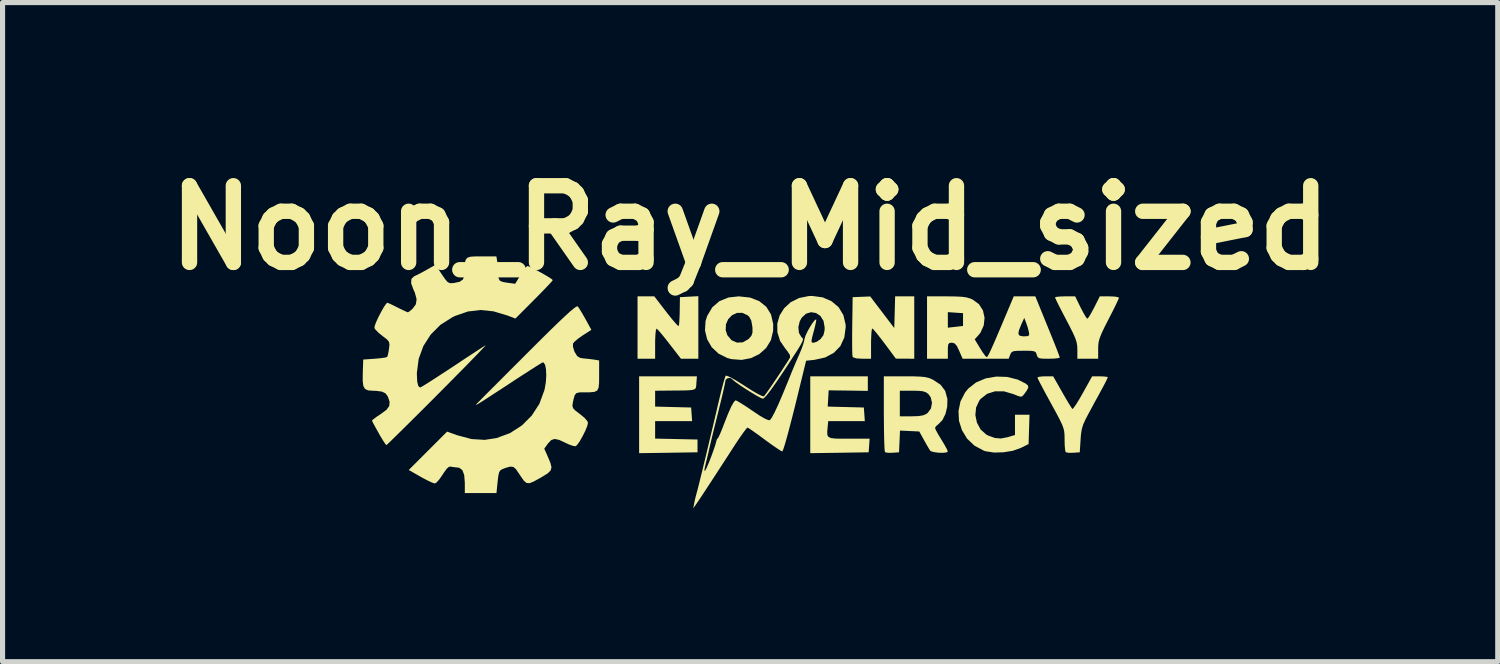
<source format=kicad_pcb>
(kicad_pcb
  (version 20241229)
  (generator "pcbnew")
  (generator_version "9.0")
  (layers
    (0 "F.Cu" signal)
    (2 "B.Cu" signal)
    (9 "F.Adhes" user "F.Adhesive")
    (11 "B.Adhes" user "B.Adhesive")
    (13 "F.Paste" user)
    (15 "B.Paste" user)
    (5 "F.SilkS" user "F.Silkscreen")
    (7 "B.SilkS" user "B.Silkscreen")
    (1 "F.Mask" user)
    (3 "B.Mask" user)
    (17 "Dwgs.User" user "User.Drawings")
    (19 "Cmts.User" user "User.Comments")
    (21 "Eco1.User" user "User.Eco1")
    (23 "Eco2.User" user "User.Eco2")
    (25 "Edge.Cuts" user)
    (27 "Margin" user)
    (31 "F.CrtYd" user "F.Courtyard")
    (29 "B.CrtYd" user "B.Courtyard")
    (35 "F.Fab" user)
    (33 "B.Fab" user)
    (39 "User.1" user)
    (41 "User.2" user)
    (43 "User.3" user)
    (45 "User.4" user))
  (footprint "Noon_Ray_Mid_sized"
    (layer "F.Cu")
    (at 11.421 4.404)
    (property "Reference" "Noon_Ray_Mid_sized" (at 0.2 -3 0) (layer "F.SilkS") (effects (font (size 1.5 1.5) (thickness 0.3))))
    (attr board_only exclude_from_pos_files exclude_from_bom)
    (fp_poly (pts (xy 2.502 0.049) (xy 2.502 0.191) (xy 2.119 0.185) (xy 1.736 0.18) (xy 1.727 0.339) (xy 1.717 0.498) (xy 2.071 0.507) (xy 2.424 0.516) (xy 2.434 0.649) (xy 2.443 0.782) (xy 2.085 0.782) (xy 1.727 0.782) (xy 1.716 0.901) (xy 1.708 0.99) (xy 1.71 1.052) (xy 1.732 1.091) (xy 1.783 1.114) (xy 1.871 1.124) (xy 2.006 1.126) (xy 2.131 1.126) (xy 2.537 1.126) (xy 2.528 1.259) (xy 2.518 1.392) (xy 1.947 1.401) (xy 1.376 1.409) (xy 1.376 0.658) (xy 1.376 -0.094) (xy 1.939 -0.094) (xy 2.502 -0.094)) (stroke (width 0) (type solid)) (fill yes) (layer "F.SilkS"))
    (fp_poly (pts (xy -0.851 0.039) (xy -0.854 0.092) (xy -0.861 0.13) (xy -0.881 0.156) (xy -0.923 0.171) (xy -0.996 0.179) (xy -1.11 0.183) (xy -1.274 0.184) (xy -1.353 0.185) (xy -1.658 0.188) (xy -1.658 0.343) (xy -1.658 0.498) (xy -1.306 0.507) (xy -0.954 0.516) (xy -0.944 0.649) (xy -0.935 0.782) (xy -1.296 0.782) (xy -1.658 0.782) (xy -1.658 0.953) (xy -1.658 1.124) (xy -1.243 1.133) (xy -0.829 1.142) (xy -0.829 1.267) (xy -0.829 1.392) (xy -1.4 1.401) (xy -1.971 1.409) (xy -1.971 0.658) (xy -1.971 -0.094) (xy -1.406 -0.094) (xy -0.841 -0.094)) (stroke (width 0) (type solid)) (fill yes) (layer "F.SilkS"))
    (fp_poly (pts (xy 3.41 -1.048) (xy 3.41 -0.438) (xy 3.23 -0.439) (xy 3.05 -0.44) (xy 2.831 -0.735) (xy 2.743 -0.85) (xy 2.668 -0.945) (xy 2.614 -1.008) (xy 2.588 -1.031) (xy 2.578 -1.002) (xy 2.571 -0.925) (xy 2.566 -0.812) (xy 2.565 -0.735) (xy 2.565 -0.438) (xy 2.392 -0.438) (xy 2.275 -0.445) (xy 2.212 -0.467) (xy 2.204 -0.478) (xy 2.199 -0.521) (xy 2.196 -0.616) (xy 2.195 -0.751) (xy 2.195 -0.917) (xy 2.197 -1.08) (xy 2.205 -1.642) (xy 2.377 -1.649) (xy 2.549 -1.656) (xy 2.784 -1.347) (xy 3.019 -1.038) (xy 3.028 -1.348) (xy 3.036 -1.658) (xy 3.223 -1.658) (xy 3.41 -1.658)) (stroke (width 0) (type solid)) (fill yes) (layer "F.SilkS"))
    (fp_poly (pts (xy -0.813 -1.049) (xy -0.813 -0.438) (xy -0.983 -0.438) (xy -1.153 -0.438) (xy -1.377 -0.727) (xy -1.467 -0.842) (xy -1.545 -0.937) (xy -1.602 -1.002) (xy -1.629 -1.027) (xy -1.642 -1.003) (xy -1.651 -0.928) (xy -1.657 -0.814) (xy -1.658 -0.738) (xy -1.658 -0.438) (xy -1.83 -0.438) (xy -2.002 -0.438) (xy -2.002 -1.048) (xy -2.002 -1.658) (xy -1.838 -1.658) (xy -1.674 -1.658) (xy -1.444 -1.359) (xy -1.354 -1.245) (xy -1.278 -1.154) (xy -1.223 -1.094) (xy -1.197 -1.076) (xy -1.197 -1.076) (xy -1.189 -1.113) (xy -1.183 -1.197) (xy -1.178 -1.313) (xy -1.177 -1.367) (xy -1.173 -1.642) (xy -0.993 -1.652) (xy -0.813 -1.661)) (stroke (width 0) (type solid)) (fill yes) (layer "F.SilkS"))
    (fp_poly (pts (xy 6.664 -1.439) (xy 6.718 -1.336) (xy 6.763 -1.259) (xy 6.792 -1.222) (xy 6.795 -1.22) (xy 6.819 -1.246) (xy 6.862 -1.315) (xy 6.915 -1.413) (xy 6.929 -1.439) (xy 7.039 -1.658) (xy 7.226 -1.658) (xy 7.325 -1.654) (xy 7.393 -1.643) (xy 7.414 -1.63) (xy 7.4 -1.594) (xy 7.362 -1.513) (xy 7.306 -1.398) (xy 7.236 -1.261) (xy 7.21 -1.21) (xy 7.128 -1.05) (xy 7.072 -0.931) (xy 7.036 -0.84) (xy 7.016 -0.764) (xy 7.008 -0.691) (xy 7.007 -0.628) (xy 7.007 -0.438) (xy 6.804 -0.438) (xy 6.6 -0.438) (xy 6.6 -0.613) (xy 6.597 -0.687) (xy 6.586 -0.757) (xy 6.561 -0.835) (xy 6.518 -0.934) (xy 6.453 -1.064) (xy 6.381 -1.202) (xy 6.305 -1.348) (xy 6.24 -1.475) (xy 6.192 -1.571) (xy 6.166 -1.628) (xy 6.162 -1.637) (xy 6.191 -1.648) (xy 6.265 -1.655) (xy 6.36 -1.658) (xy 6.557 -1.658)) (stroke (width 0) (type solid)) (fill yes) (layer "F.SilkS"))
    (fp_poly (pts (xy 0.199 -1.634) (xy 0.379 -1.564) (xy 0.517 -1.453) (xy 0.609 -1.303) (xy 0.651 -1.118) (xy 0.65 -0.983) (xy 0.607 -0.802) (xy 0.514 -0.649) (xy 0.381 -0.53) (xy 0.218 -0.45) (xy 0.033 -0.415) (xy -0.164 -0.43) (xy -0.247 -0.452) (xy -0.417 -0.537) (xy -0.551 -0.663) (xy -0.641 -0.818) (xy -0.683 -0.992) (xy -0.683 -0.995) (xy -0.278 -0.995) (xy -0.245 -0.897) (xy -0.163 -0.8) (xy -0.057 -0.753) (xy 0.057 -0.759) (xy 0.165 -0.82) (xy 0.177 -0.831) (xy 0.226 -0.889) (xy 0.246 -0.948) (xy 0.246 -1.036) (xy 0.243 -1.07) (xy 0.222 -1.185) (xy 0.183 -1.258) (xy 0.153 -1.286) (xy 0.047 -1.336) (xy -0.059 -1.334) (xy -0.154 -1.289) (xy -0.229 -1.211) (xy -0.273 -1.11) (xy -0.278 -0.995) (xy -0.683 -0.995) (xy -0.672 -1.173) (xy -0.64 -1.275) (xy -0.539 -1.445) (xy -0.4 -1.565) (xy -0.222 -1.636) (xy -0.021 -1.658)) (stroke (width 0) (type solid)) (fill yes) (layer "F.SilkS"))
    (fp_poly (pts (xy 5.227 -0.082) (xy 5.432 -0.031) (xy 5.591 0.049) (xy 5.634 0.086) (xy 5.64 0.128) (xy 5.608 0.189) (xy 5.554 0.262) (xy 5.524 0.295) (xy 5.492 0.305) (xy 5.438 0.29) (xy 5.352 0.255) (xy 5.166 0.2) (xy 4.99 0.199) (xy 4.835 0.248) (xy 4.709 0.347) (xy 4.684 0.378) (xy 4.62 0.514) (xy 4.605 0.664) (xy 4.636 0.813) (xy 4.707 0.945) (xy 4.816 1.043) (xy 4.855 1.064) (xy 4.987 1.112) (xy 5.105 1.122) (xy 5.24 1.096) (xy 5.259 1.09) (xy 5.38 1.054) (xy 5.38 0.855) (xy 5.38 0.657) (xy 5.522 0.657) (xy 5.664 0.657) (xy 5.655 0.944) (xy 5.646 1.231) (xy 5.495 1.306) (xy 5.339 1.362) (xy 5.155 1.392) (xy 4.97 1.397) (xy 4.807 1.372) (xy 4.769 1.36) (xy 4.587 1.262) (xy 4.444 1.126) (xy 4.343 0.96) (xy 4.285 0.777) (xy 4.275 0.586) (xy 4.314 0.397) (xy 4.405 0.221) (xy 4.467 0.145) (xy 4.62 0.025) (xy 4.806 -0.053) (xy 5.013 -0.089)) (stroke (width 0) (type solid)) (fill yes) (layer "F.SilkS"))
    (fp_poly (pts (xy 6.305 0.219) (xy 6.377 0.344) (xy 6.439 0.448) (xy 6.484 0.519) (xy 6.504 0.546) (xy 6.526 0.525) (xy 6.572 0.46) (xy 6.634 0.36) (xy 6.706 0.235) (xy 6.707 0.233) (xy 6.889 -0.094) (xy 7.042 -0.094) (xy 7.13 -0.09) (xy 7.185 -0.082) (xy 7.195 -0.075) (xy 7.181 -0.04) (xy 7.144 0.034) (xy 7.093 0.131) (xy 7.09 0.136) (xy 7.027 0.252) (xy 6.947 0.398) (xy 6.865 0.55) (xy 6.832 0.61) (xy 6.76 0.747) (xy 6.713 0.851) (xy 6.686 0.943) (xy 6.67 1.045) (xy 6.663 1.142) (xy 6.647 1.392) (xy 6.521 1.401) (xy 6.436 1.402) (xy 6.38 1.393) (xy 6.372 1.388) (xy 6.361 1.348) (xy 6.353 1.263) (xy 6.35 1.151) (xy 6.35 1.142) (xy 6.349 1.061) (xy 6.344 0.993) (xy 6.33 0.928) (xy 6.304 0.855) (xy 6.26 0.762) (xy 6.196 0.639) (xy 6.106 0.475) (xy 6.085 0.436) (xy 5.998 0.278) (xy 5.924 0.139) (xy 5.866 0.029) (xy 5.829 -0.044) (xy 5.819 -0.07) (xy 5.847 -0.084) (xy 5.918 -0.092) (xy 5.973 -0.094) (xy 6.127 -0.094)) (stroke (width 0) (type solid)) (fill yes) (layer "F.SilkS"))
    (fp_poly (pts (xy 3.406 -0.093) (xy 3.532 -0.088) (xy 3.623 -0.079) (xy 3.693 -0.062) (xy 3.756 -0.037) (xy 3.784 -0.023) (xy 3.926 0.072) (xy 4.014 0.189) (xy 4.057 0.342) (xy 4.058 0.357) (xy 4.055 0.499) (xy 4.021 0.64) (xy 3.962 0.76) (xy 3.891 0.834) (xy 3.837 0.88) (xy 3.816 0.915) (xy 3.832 0.956) (xy 3.873 1.033) (xy 3.932 1.131) (xy 3.941 1.145) (xy 4.002 1.246) (xy 4.046 1.327) (xy 4.066 1.374) (xy 4.067 1.377) (xy 4.039 1.395) (xy 3.972 1.402) (xy 3.885 1.4) (xy 3.8 1.389) (xy 3.738 1.372) (xy 3.723 1.361) (xy 3.695 1.318) (xy 3.649 1.239) (xy 3.603 1.157) (xy 3.508 0.985) (xy 3.32 0.976) (xy 3.131 0.967) (xy 3.122 1.179) (xy 3.112 1.392) (xy 2.986 1.401) (xy 2.901 1.402) (xy 2.845 1.393) (xy 2.838 1.388) (xy 2.831 1.352) (xy 2.826 1.262) (xy 2.821 1.128) (xy 2.818 0.958) (xy 2.816 0.761) (xy 2.815 0.636) (xy 2.815 0.438) (xy 3.128 0.438) (xy 3.128 0.688) (xy 3.358 0.688) (xy 3.491 0.684) (xy 3.58 0.67) (xy 3.644 0.643) (xy 3.671 0.623) (xy 3.736 0.536) (xy 3.757 0.427) (xy 3.733 0.319) (xy 3.685 0.251) (xy 3.638 0.218) (xy 3.576 0.198) (xy 3.481 0.189) (xy 3.372 0.188) (xy 3.128 0.188) (xy 3.128 0.438) (xy 2.815 0.438) (xy 2.815 -0.094) (xy 3.231 -0.094)) (stroke (width 0) (type solid)) (fill yes) (layer "F.SilkS"))
    (fp_poly (pts (xy 4.213 -1.656) (xy 4.338 -1.65) (xy 4.429 -1.638) (xy 4.501 -1.617) (xy 4.554 -1.594) (xy 4.676 -1.504) (xy 4.754 -1.381) (xy 4.785 -1.238) (xy 4.769 -1.089) (xy 4.704 -0.946) (xy 4.655 -0.886) (xy 4.592 -0.818) (xy 4.697 -0.644) (xy 4.754 -0.555) (xy 4.8 -0.492) (xy 4.824 -0.47) (xy 4.836 -0.475) (xy 4.851 -0.495) (xy 4.874 -0.537) (xy 4.907 -0.607) (xy 4.954 -0.711) (xy 5.017 -0.856) (xy 5.046 -0.925) (xy 5.446 -0.925) (xy 5.472 -0.888) (xy 5.537 -0.876) (xy 5.556 -0.876) (xy 5.63 -0.88) (xy 5.658 -0.901) (xy 5.654 -0.953) (xy 5.652 -0.962) (xy 5.627 -1.056) (xy 5.598 -1.142) (xy 5.561 -1.236) (xy 5.504 -1.11) (xy 5.458 -0.996) (xy 5.446 -0.925) (xy 5.046 -0.925) (xy 5.099 -1.049) (xy 5.161 -1.196) (xy 5.356 -1.658) (xy 5.567 -1.658) (xy 5.778 -1.658) (xy 6.017 -1.071) (xy 6.09 -0.892) (xy 6.154 -0.733) (xy 6.205 -0.603) (xy 6.24 -0.51) (xy 6.256 -0.464) (xy 6.256 -0.461) (xy 6.228 -0.45) (xy 6.152 -0.441) (xy 6.046 -0.438) (xy 6.041 -0.438) (xy 5.926 -0.439) (xy 5.86 -0.447) (xy 5.826 -0.467) (xy 5.809 -0.502) (xy 5.805 -0.516) (xy 5.792 -0.556) (xy 5.766 -0.579) (xy 5.713 -0.591) (xy 5.62 -0.594) (xy 5.551 -0.594) (xy 5.43 -0.593) (xy 5.358 -0.586) (xy 5.317 -0.569) (xy 5.295 -0.537) (xy 5.286 -0.516) (xy 5.257 -0.438) (xy 4.806 -0.438) (xy 4.356 -0.438) (xy 4.288 -0.594) (xy 4.242 -0.689) (xy 4.201 -0.736) (xy 4.152 -0.751) (xy 4.144 -0.751) (xy 4.098 -0.746) (xy 4.075 -0.719) (xy 4.067 -0.656) (xy 4.067 -0.594) (xy 4.067 -0.438) (xy 3.863 -0.438) (xy 3.66 -0.438) (xy 3.66 -1.048) (xy 3.66 -1.197) (xy 4.067 -1.197) (xy 4.067 -1.045) (xy 4.215 -1.062) (xy 4.364 -1.079) (xy 4.364 -1.204) (xy 4.364 -1.329) (xy 4.215 -1.339) (xy 4.067 -1.349) (xy 4.067 -1.197) (xy 3.66 -1.197) (xy 3.66 -1.658) (xy 4.041 -1.658)) (stroke (width 0) (type solid)) (fill yes) (layer "F.SilkS"))
    (fp_poly (pts (xy -3.171 -1.461) (xy -3.14 -1.417) (xy -3.089 -1.333) (xy -3.029 -1.229) (xy -3.02 -1.213) (xy -2.905 -1.003) (xy -3.075 -0.894) (xy -3.167 -0.829) (xy -3.236 -0.77) (xy -3.265 -0.733) (xy -3.265 -0.672) (xy -3.24 -0.588) (xy -3.23 -0.567) (xy -3.183 -0.49) (xy -3.126 -0.455) (xy -3.066 -0.445) (xy -2.955 -0.434) (xy -2.854 -0.421) (xy -2.753 -0.404) (xy -2.753 -0.111) (xy -2.754 0.035) (xy -2.764 0.13) (xy -2.792 0.185) (xy -2.848 0.211) (xy -2.94 0.219) (xy -3.035 0.219) (xy -3.136 0.22) (xy -3.196 0.234) (xy -3.23 0.273) (xy -3.253 0.351) (xy -3.269 0.429) (xy -3.276 0.487) (xy -3.261 0.531) (xy -3.215 0.579) (xy -3.13 0.643) (xy -3.034 0.722) (xy -2.98 0.789) (xy -2.972 0.818) (xy -2.986 0.88) (xy -3.024 0.972) (xy -3.075 1.075) (xy -3.13 1.172) (xy -3.18 1.244) (xy -3.211 1.273) (xy -3.26 1.268) (xy -3.342 1.239) (xy -3.409 1.208) (xy -3.533 1.15) (xy -3.622 1.131) (xy -3.689 1.152) (xy -3.748 1.213) (xy -3.756 1.224) (xy -3.826 1.321) (xy -3.755 1.482) (xy -3.705 1.602) (xy -3.685 1.686) (xy -3.702 1.748) (xy -3.76 1.805) (xy -3.866 1.871) (xy -3.91 1.896) (xy -4.031 1.963) (xy -4.113 1.996) (xy -4.173 1.992) (xy -4.225 1.948) (xy -4.287 1.86) (xy -4.32 1.81) (xy -4.38 1.722) (xy -4.431 1.678) (xy -4.492 1.672) (xy -4.583 1.697) (xy -4.64 1.719) (xy -4.681 1.741) (xy -4.708 1.78) (xy -4.725 1.851) (xy -4.739 1.968) (xy -4.739 1.969) (xy -4.761 2.19) (xy -5.071 2.19) (xy -5.38 2.19) (xy -5.38 1.989) (xy -5.392 1.838) (xy -5.427 1.742) (xy -5.488 1.695) (xy -5.531 1.689) (xy -5.607 1.681) (xy -5.646 1.673) (xy -5.689 1.675) (xy -5.734 1.713) (xy -5.792 1.794) (xy -5.814 1.829) (xy -5.876 1.918) (xy -5.931 1.981) (xy -5.967 2.002) (xy -6.014 1.987) (xy -6.099 1.948) (xy -6.207 1.892) (xy -6.245 1.87) (xy -6.477 1.738) (xy -6.102 1.363) (xy -5.727 0.988) (xy -5.524 1.06) (xy -5.249 1.133) (xy -4.992 1.149) (xy -4.76 1.114) (xy -4.495 1.016) (xy -4.264 0.867) (xy -4.071 0.674) (xy -3.922 0.444) (xy -3.825 0.181) (xy -3.818 0.153) (xy -3.795 0.019) (xy -3.787 -0.112) (xy -3.792 -0.228) (xy -3.809 -0.316) (xy -3.837 -0.362) (xy -3.861 -0.365) (xy -3.896 -0.344) (xy -3.976 -0.295) (xy -4.093 -0.22) (xy -4.238 -0.127) (xy -4.403 -0.02) (xy -4.49 0.038) (xy -4.7 0.175) (xy -4.863 0.281) (xy -4.984 0.36) (xy -5.069 0.414) (xy -5.123 0.447) (xy -5.153 0.463) (xy -5.162 0.464) (xy -5.156 0.454) (xy -5.153 0.451) (xy -5.127 0.423) (xy -5.061 0.356) (xy -4.96 0.254) (xy -4.828 0.122) (xy -4.671 -0.035) (xy -4.493 -0.214) (xy -4.298 -0.408) (xy -4.168 -0.539) (xy -3.924 -0.782) (xy -3.721 -0.983) (xy -3.555 -1.144) (xy -3.423 -1.269) (xy -3.322 -1.361) (xy -3.249 -1.422) (xy -3.202 -1.455) (xy -3.176 -1.464)) (stroke (width 0) (type solid)) (fill yes) (layer "F.SilkS"))
    (fp_poly (pts (xy -4.743 -2.323) (xy -4.73 -2.206) (xy -4.724 -2.091) (xy -4.724 -2.09) (xy -4.719 -2.01) (xy -4.695 -1.964) (xy -4.638 -1.939) (xy -4.533 -1.922) (xy -4.53 -1.922) (xy -4.395 -1.904) (xy -4.289 -2.078) (xy -4.231 -2.168) (xy -4.182 -2.23) (xy -4.155 -2.252) (xy -4.114 -2.238) (xy -4.038 -2.201) (xy -3.941 -2.15) (xy -3.84 -2.094) (xy -3.749 -2.04) (xy -3.684 -1.998) (xy -3.66 -1.976) (xy -3.681 -1.948) (xy -3.739 -1.884) (xy -3.827 -1.792) (xy -3.937 -1.679) (xy -4.025 -1.59) (xy -4.39 -1.224) (xy -4.546 -1.283) (xy -4.819 -1.365) (xy -5.073 -1.391) (xy -5.318 -1.362) (xy -5.566 -1.277) (xy -5.622 -1.25) (xy -5.856 -1.102) (xy -6.047 -0.911) (xy -6.191 -0.686) (xy -6.283 -0.433) (xy -6.318 -0.159) (xy -6.318 -0.136) (xy -6.311 0.011) (xy -6.289 0.098) (xy -6.254 0.125) (xy -6.222 0.109) (xy -6.145 0.062) (xy -6.031 -0.01) (xy -5.889 -0.102) (xy -5.725 -0.209) (xy -5.624 -0.275) (xy -5.45 -0.391) (xy -5.291 -0.496) (xy -5.156 -0.584) (xy -5.052 -0.652) (xy -4.989 -0.693) (xy -4.974 -0.702) (xy -4.985 -0.686) (xy -5.037 -0.63) (xy -5.124 -0.538) (xy -5.244 -0.415) (xy -5.39 -0.265) (xy -5.561 -0.092) (xy -5.75 0.099) (xy -5.912 0.262) (xy -6.116 0.467) (xy -6.307 0.657) (xy -6.48 0.829) (xy -6.63 0.977) (xy -6.753 1.098) (xy -6.844 1.187) (xy -6.899 1.239) (xy -6.914 1.251) (xy -6.937 1.226) (xy -6.981 1.159) (xy -7.04 1.062) (xy -7.063 1.02) (xy -7.123 0.913) (xy -7.169 0.828) (xy -7.193 0.778) (xy -7.195 0.771) (xy -7.17 0.746) (xy -7.107 0.699) (xy -7.023 0.643) (xy -6.913 0.562) (xy -6.858 0.487) (xy -6.851 0.404) (xy -6.886 0.301) (xy -6.93 0.24) (xy -7.002 0.205) (xy -7.117 0.19) (xy -7.183 0.188) (xy -7.272 0.181) (xy -7.331 0.154) (xy -7.364 0.097) (xy -7.377 -0.001) (xy -7.376 -0.15) (xy -7.376 -0.161) (xy -7.367 -0.422) (xy -7.142 -0.438) (xy -7.03 -0.448) (xy -6.944 -0.46) (xy -6.901 -0.471) (xy -6.9 -0.472) (xy -6.885 -0.511) (xy -6.869 -0.59) (xy -6.863 -0.632) (xy -6.854 -0.714) (xy -6.863 -0.768) (xy -6.901 -0.814) (xy -6.979 -0.874) (xy -6.986 -0.88) (xy -7.069 -0.947) (xy -7.129 -1.009) (xy -7.148 -1.039) (xy -7.141 -1.084) (xy -7.111 -1.163) (xy -7.065 -1.262) (xy -7.011 -1.365) (xy -6.96 -1.454) (xy -6.917 -1.515) (xy -6.895 -1.533) (xy -6.862 -1.52) (xy -6.788 -1.486) (xy -6.694 -1.439) (xy -6.598 -1.391) (xy -6.525 -1.358) (xy -6.493 -1.345) (xy -6.463 -1.364) (xy -6.407 -1.411) (xy -6.399 -1.419) (xy -6.337 -1.503) (xy -6.323 -1.603) (xy -6.357 -1.729) (xy -6.386 -1.794) (xy -6.43 -1.915) (xy -6.425 -1.998) (xy -6.372 -2.05) (xy -6.359 -2.056) (xy -6.303 -2.082) (xy -6.214 -2.128) (xy -6.128 -2.176) (xy -5.953 -2.275) (xy -5.831 -2.09) (xy -5.765 -1.994) (xy -5.719 -1.94) (xy -5.676 -1.917) (xy -5.622 -1.916) (xy -5.59 -1.92) (xy -5.48 -1.943) (xy -5.416 -1.989) (xy -5.386 -2.072) (xy -5.38 -2.175) (xy -5.379 -2.293) (xy -5.366 -2.369) (xy -5.332 -2.413) (xy -5.265 -2.434) (xy -5.153 -2.44) (xy -5.053 -2.44) (xy -4.763 -2.44)) (stroke (width 0) (type solid)) (fill yes) (layer "F.SilkS"))
    (fp_poly (pts (xy 1.619 -1.638) (xy 1.793 -1.562) (xy 1.931 -1.445) (xy 2.024 -1.291) (xy 2.067 -1.108) (xy 2.069 -1.055) (xy 2.042 -0.853) (xy 1.964 -0.684) (xy 1.837 -0.553) (xy 1.666 -0.462) (xy 1.457 -0.416) (xy 1.295 -0.399) (xy 1.078 0.488) (xy 1.021 0.713) (xy 0.968 0.918) (xy 0.921 1.093) (xy 0.881 1.233) (xy 0.85 1.329) (xy 0.832 1.373) (xy 0.829 1.376) (xy 0.793 1.358) (xy 0.718 1.309) (xy 0.615 1.238) (xy 0.494 1.15) (xy 0.485 1.143) (xy 0.364 1.054) (xy 0.26 0.98) (xy 0.185 0.929) (xy 0.149 0.909) (xy 0.148 0.908) (xy 0.123 0.933) (xy 0.071 1.001) (xy -0.000298 1.102) (xy -0.085 1.229) (xy -0.115 1.275) (xy -0.311 1.578) (xy -0.48 1.838) (xy -0.62 2.052) (xy -0.729 2.219) (xy -0.807 2.336) (xy -0.846 2.393) (xy -0.912 2.487) (xy -0.892 2.377) (xy -0.868 2.271) (xy -0.842 2.174) (xy -0.825 2.112) (xy -0.796 1.995) (xy -0.755 1.829) (xy -0.737 1.758) (xy -0.694 1.758) (xy -0.679 1.75) (xy -0.647 1.688) (xy -0.598 1.572) (xy -0.562 1.479) (xy -0.517 1.355) (xy -0.482 1.251) (xy -0.462 1.182) (xy -0.459 1.165) (xy -0.446 1.129) (xy -0.438 1.126) (xy -0.419 1.099) (xy -0.385 1.026) (xy -0.341 0.919) (xy -0.316 0.852) (xy -0.235 0.646) (xy -0.169 0.497) (xy -0.117 0.406) (xy -0.084 0.375) (xy -0.05 0.39) (xy 0.024 0.434) (xy 0.127 0.5) (xy 0.243 0.579) (xy 0.396 0.681) (xy 0.503 0.742) (xy 0.569 0.765) (xy 0.587 0.762) (xy 0.622 0.717) (xy 0.676 0.617) (xy 0.747 0.465) (xy 0.834 0.264) (xy 0.934 0.02) (xy 0.961 -0.047) (xy 1.023 -0.2) (xy 1.09 -0.36) (xy 1.15 -0.498) (xy 1.165 -0.532) (xy 1.213 -0.648) (xy 1.249 -0.756) (xy 1.265 -0.829) (xy 1.282 -0.887) (xy 1.32 -0.968) (xy 1.369 -1.056) (xy 1.42 -1.136) (xy 1.464 -1.192) (xy 1.491 -1.209) (xy 1.493 -1.208) (xy 1.491 -1.174) (xy 1.475 -1.097) (xy 1.449 -0.99) (xy 1.444 -0.974) (xy 1.414 -0.86) (xy 1.401 -0.793) (xy 1.404 -0.761) (xy 1.423 -0.751) (xy 1.444 -0.751) (xy 1.507 -0.772) (xy 1.577 -0.823) (xy 1.581 -0.828) (xy 1.634 -0.9) (xy 1.656 -0.992) (xy 1.658 -1.048) (xy 1.635 -1.179) (xy 1.574 -1.275) (xy 1.489 -1.332) (xy 1.391 -1.348) (xy 1.294 -1.319) (xy 1.21 -1.242) (xy 1.17 -1.17) (xy 1.143 -1.053) (xy 1.155 -0.943) (xy 1.202 -0.862) (xy 1.208 -0.857) (xy 1.225 -0.842) (xy 1.233 -0.825) (xy 1.231 -0.798) (xy 1.213 -0.756) (xy 1.178 -0.692) (xy 1.121 -0.599) (xy 1.038 -0.472) (xy 0.928 -0.302) (xy 0.837 -0.164) (xy 0.708 0.027) (xy 0.602 0.177) (xy 0.521 0.281) (xy 0.467 0.336) (xy 0.45 0.344) (xy 0.407 0.328) (xy 0.326 0.284) (xy 0.222 0.222) (xy 0.11 0.152) (xy 0.003 0.081) (xy -0.086 0.018) (xy -0.141 -0.026) (xy -0.151 -0.039) (xy -0.189 -0.063) (xy -0.242 -0.056) (xy -0.279 -0.026) (xy -0.282 -0.013) (xy -0.289 0.031) (xy -0.309 0.126) (xy -0.34 0.261) (xy -0.38 0.425) (xy -0.424 0.604) (xy -0.471 0.793) (xy -0.515 0.97) (xy -0.552 1.122) (xy -0.579 1.237) (xy -0.594 1.298) (xy -0.617 1.402) (xy -0.648 1.53) (xy -0.666 1.602) (xy -0.69 1.709) (xy -0.694 1.758) (xy -0.737 1.758) (xy -0.704 1.619) (xy -0.644 1.371) (xy -0.578 1.092) (xy -0.505 0.787) (xy -0.429 0.461) (xy -0.405 0.36) (xy -0.367 0.201) (xy -0.331 0.064) (xy -0.302 -0.04) (xy -0.282 -0.099) (xy -0.277 -0.107) (xy -0.243 -0.101) (xy -0.167 -0.065) (xy -0.059 -0.003) (xy 0.073 0.08) (xy 0.091 0.092) (xy 0.221 0.175) (xy 0.333 0.241) (xy 0.418 0.284) (xy 0.463 0.299) (xy 0.467 0.299) (xy 0.493 0.268) (xy 0.545 0.196) (xy 0.616 0.094) (xy 0.699 -0.028) (xy 0.786 -0.158) (xy 0.869 -0.285) (xy 0.942 -0.398) (xy 0.982 -0.463) (xy 0.977 -0.512) (xy 0.925 -0.592) (xy 0.896 -0.625) (xy 0.786 -0.786) (xy 0.733 -0.955) (xy 0.731 -1.124) (xy 0.777 -1.284) (xy 0.866 -1.426) (xy 0.993 -1.543) (xy 1.156 -1.625) (xy 1.348 -1.664) (xy 1.414 -1.666)) (stroke (width 0) (type solid)) (fill yes) (layer "F.SilkS")))
  (gr_rect
    (start -3 -3)
    (end 26.243 9.891)
    (stroke (width 0.1) (type default))
    (fill no)
    (layer "Edge.Cuts")))
</source>
